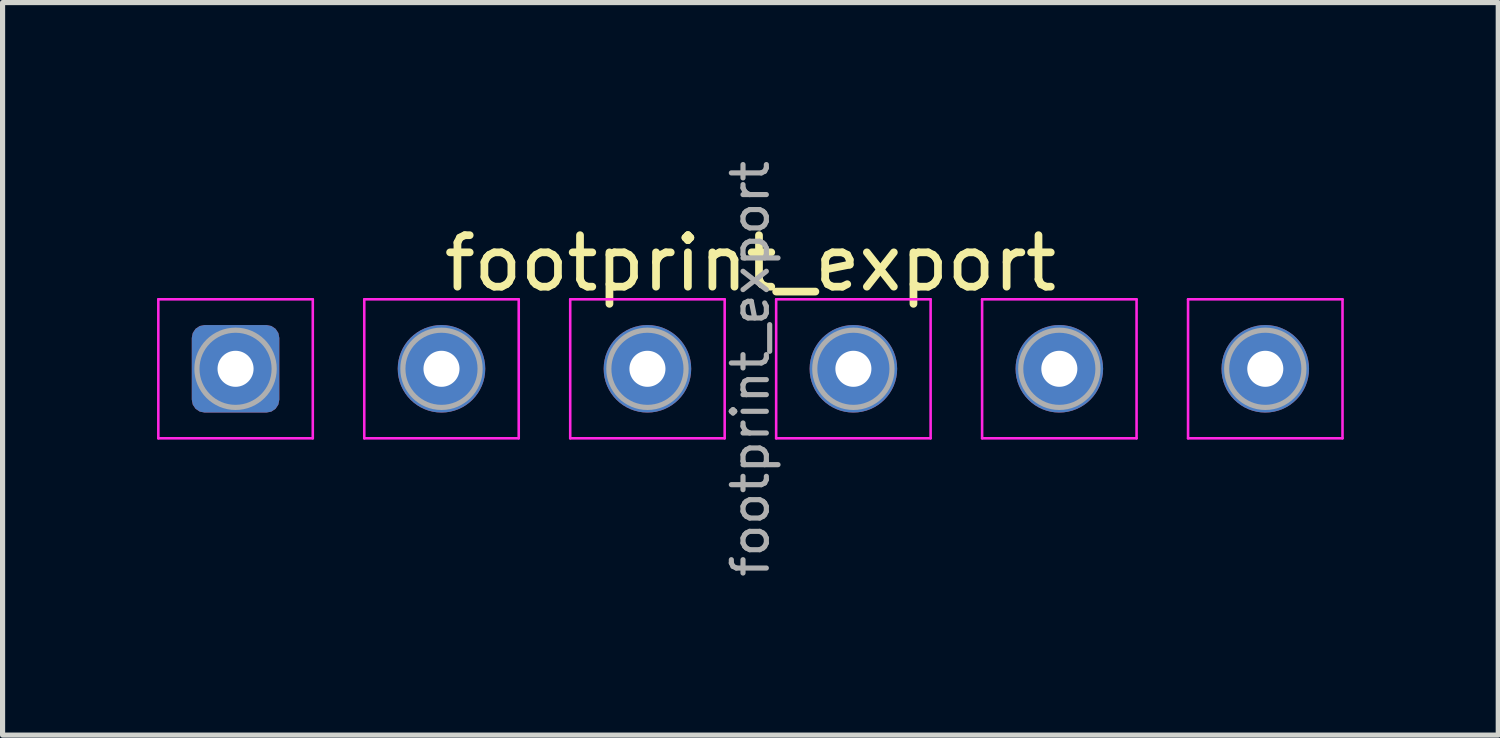
<source format=kicad_pcb>
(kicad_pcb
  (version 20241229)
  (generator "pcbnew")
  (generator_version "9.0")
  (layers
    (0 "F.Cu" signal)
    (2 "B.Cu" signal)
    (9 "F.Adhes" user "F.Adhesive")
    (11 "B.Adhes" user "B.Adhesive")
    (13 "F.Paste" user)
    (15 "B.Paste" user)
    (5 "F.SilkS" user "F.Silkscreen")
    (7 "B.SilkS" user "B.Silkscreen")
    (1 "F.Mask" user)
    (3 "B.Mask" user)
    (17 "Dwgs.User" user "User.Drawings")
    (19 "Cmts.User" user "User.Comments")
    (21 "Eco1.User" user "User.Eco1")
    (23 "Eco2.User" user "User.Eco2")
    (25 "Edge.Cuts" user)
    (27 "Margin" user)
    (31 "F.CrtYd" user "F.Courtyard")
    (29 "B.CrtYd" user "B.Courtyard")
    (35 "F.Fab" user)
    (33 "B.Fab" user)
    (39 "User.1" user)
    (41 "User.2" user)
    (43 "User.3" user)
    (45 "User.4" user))
  (footprint "footprint_export"
    (layer "F.Cu")
    (at 1.525 4.113)
    (property "Reference" "footprint_export" (at 10 -2.05 0) (layer "F.SilkS") (effects (font (size 1 1) (thickness 0.15))))
    (attr exclude_from_pos_files exclude_from_bom)
    (fp_line (start -1.5 -1.35) (end -1.5 1.35) (stroke (width 0.05) (type solid)) (layer "F.CrtYd"))
    (fp_line (start -1.5 1.35) (end 1.5 1.35) (stroke (width 0.05) (type solid)) (layer "F.CrtYd"))
    (fp_line (start 1.5 -1.35) (end -1.5 -1.35) (stroke (width 0.05) (type solid)) (layer "F.CrtYd"))
    (fp_line (start 1.5 1.35) (end 1.5 -1.35) (stroke (width 0.05) (type solid)) (layer "F.CrtYd"))
    (fp_line (start 2.5 -1.35) (end 2.5 1.35) (stroke (width 0.05) (type solid)) (layer "F.CrtYd"))
    (fp_line (start 2.5 1.35) (end 5.5 1.35) (stroke (width 0.05) (type solid)) (layer "F.CrtYd"))
    (fp_line (start 5.5 -1.35) (end 2.5 -1.35) (stroke (width 0.05) (type solid)) (layer "F.CrtYd"))
    (fp_line (start 5.5 1.35) (end 5.5 -1.35) (stroke (width 0.05) (type solid)) (layer "F.CrtYd"))
    (fp_line (start 6.5 -1.35) (end 6.5 1.35) (stroke (width 0.05) (type solid)) (layer "F.CrtYd"))
    (fp_line (start 6.5 1.35) (end 9.5 1.35) (stroke (width 0.05) (type solid)) (layer "F.CrtYd"))
    (fp_line (start 9.5 -1.35) (end 6.5 -1.35) (stroke (width 0.05) (type solid)) (layer "F.CrtYd"))
    (fp_line (start 9.5 1.35) (end 9.5 -1.35) (stroke (width 0.05) (type solid)) (layer "F.CrtYd"))
    (fp_line (start 10.5 -1.35) (end 10.5 1.35) (stroke (width 0.05) (type solid)) (layer "F.CrtYd"))
    (fp_line (start 10.5 1.35) (end 13.5 1.35) (stroke (width 0.05) (type solid)) (layer "F.CrtYd"))
    (fp_line (start 13.5 -1.35) (end 10.5 -1.35) (stroke (width 0.05) (type solid)) (layer "F.CrtYd"))
    (fp_line (start 13.5 1.35) (end 13.5 -1.35) (stroke (width 0.05) (type solid)) (layer "F.CrtYd"))
    (fp_line (start 14.5 -1.35) (end 14.5 1.35) (stroke (width 0.05) (type solid)) (layer "F.CrtYd"))
    (fp_line (start 14.5 1.35) (end 17.5 1.35) (stroke (width 0.05) (type solid)) (layer "F.CrtYd"))
    (fp_line (start 17.5 -1.35) (end 14.5 -1.35) (stroke (width 0.05) (type solid)) (layer "F.CrtYd"))
    (fp_line (start 17.5 1.35) (end 17.5 -1.35) (stroke (width 0.05) (type solid)) (layer "F.CrtYd"))
    (fp_line (start 18.5 -1.35) (end 18.5 1.35) (stroke (width 0.05) (type solid)) (layer "F.CrtYd"))
    (fp_line (start 18.5 1.35) (end 21.5 1.35) (stroke (width 0.05) (type solid)) (layer "F.CrtYd"))
    (fp_line (start 21.5 -1.35) (end 18.5 -1.35) (stroke (width 0.05) (type solid)) (layer "F.CrtYd"))
    (fp_line (start 21.5 1.35) (end 21.5 -1.35) (stroke (width 0.05) (type solid)) (layer "F.CrtYd"))
    (fp_circle (center 0 0) (end 0.75 0) (stroke (width 0.1) (type solid)) (fill no) (layer "F.Fab"))
    (fp_circle (center 4 0) (end 4.75 0) (stroke (width 0.1) (type solid)) (fill no) (layer "F.Fab"))
    (fp_circle (center 8 0) (end 8.75 0) (stroke (width 0.1) (type solid)) (fill no) (layer "F.Fab"))
    (fp_circle (center 12 0) (end 12.75 0) (stroke (width 0.1) (type solid)) (fill no) (layer "F.Fab"))
    (fp_circle (center 16 0) (end 16.75 0) (stroke (width 0.1) (type solid)) (fill no) (layer "F.Fab"))
    (fp_circle (center 20 0) (end 20.75 0) (stroke (width 0.1) (type solid)) (fill no) (layer "F.Fab"))
    (fp_text user "${REFERENCE}" (at 10 0 90) (layer "F.Fab") (effects (font (size 0.68 0.68) (thickness 0.1))))
    (pad "1" thru_hole roundrect (at 0 0) (size 1.7 1.7) (drill 0.7) (layers "*.Cu" "*.Mask") (roundrect_rratio 0.147))
    (pad "2" thru_hole circle (at 4 0) (size 1.7 1.7) (drill 0.7) (layers "*.Cu" "*.Mask"))
    (pad "3" thru_hole circle (at 8 0) (size 1.7 1.7) (drill 0.7) (layers "*.Cu" "*.Mask"))
    (pad "4" thru_hole circle (at 12 0) (size 1.7 1.7) (drill 0.7) (layers "*.Cu" "*.Mask"))
    (pad "5" thru_hole circle (at 16 0) (size 1.7 1.7) (drill 0.7) (layers "*.Cu" "*.Mask"))
    (pad "6" thru_hole circle (at 20 0) (size 1.7 1.7) (drill 0.7) (layers "*.Cu" "*.Mask")))
  (gr_rect
    (start -3 -3)
    (end 26.05 11.227)
    (stroke (width 0.1) (type default))
    (fill no)
    (layer "Edge.Cuts")))
</source>
